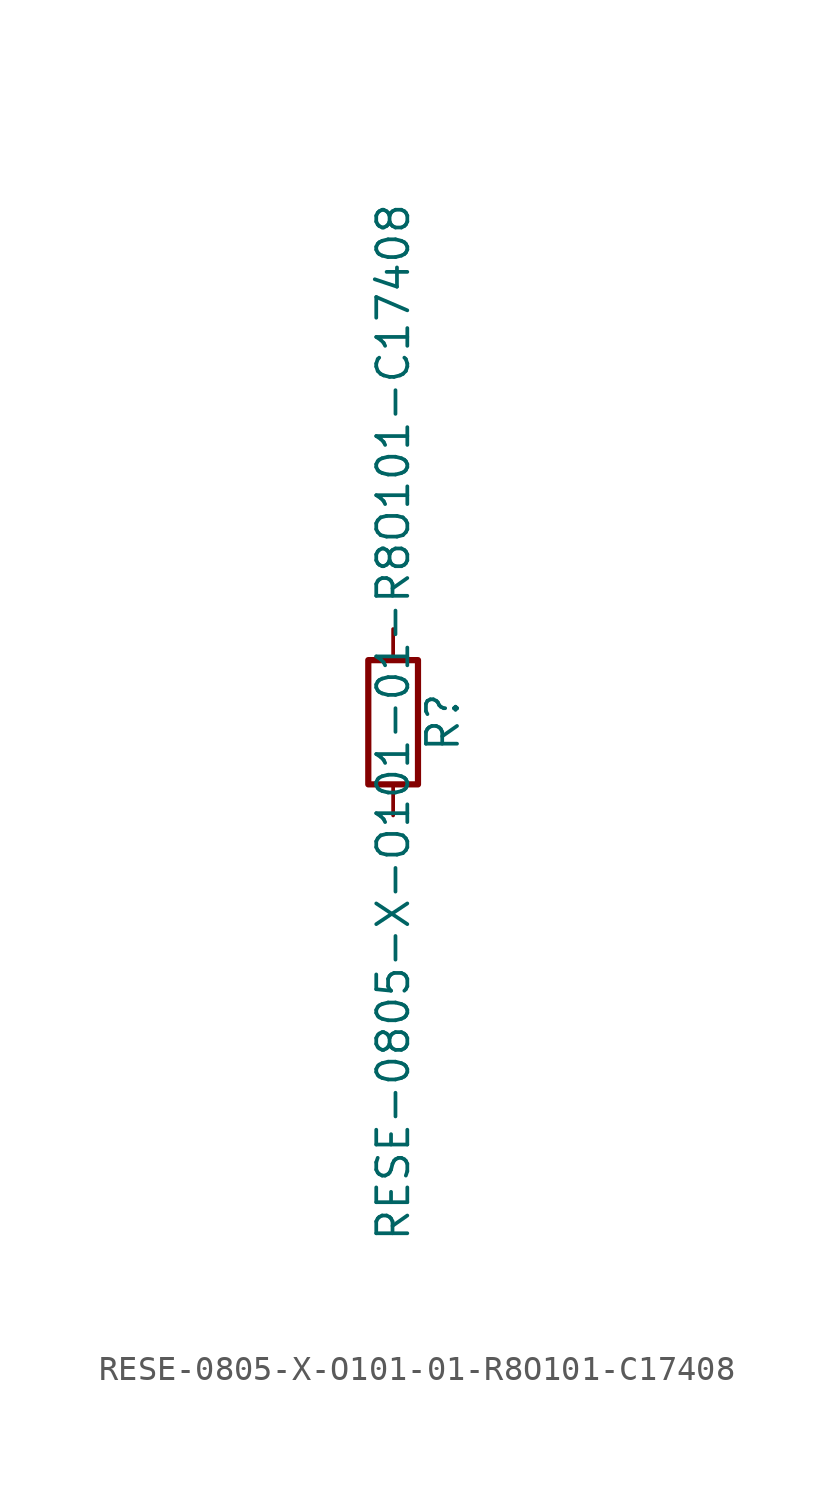
<source format=kicad_sym>
(kicad_symbol_lib
  (version 20211014)
  (generator kicad_symbol_editor)
  (symbol "RESE-0805-X-O101-01-R8O101-C17408"
    (pin_numbers hide)
    (pin_names
      (offset 0))
    (property "Reference" "R"
      (at 2.032 0 90)
      (effects (font (size 1.27 1.27))))
    (property "Value" "RESE-0805-X-O101-01-R8O101-C17408"
      (at 0 0 90)
      (effects (font (size 1.27 1.27))))
    (symbol "RESE-0805-X-O101-01-R8O101-C17408_0_1"
      (rectangle (start -1.016 -2.54) (end 1.016 2.54) (stroke (width 0.254) (type default) (color 0 0 0 0)) (fill (type none))))
    (symbol "RESE-0805-X-O101-01-R8O101-C17408_1_1"
      (pin passive line (at 0 3.81 270) (length 1.27) (name "~" (effects (font (size 1.27 1.27)))) (number "1" (effects (font (size 1.27 1.27)))))
      (pin passive line (at 0 -3.81 90) (length 1.27) (name "~" (effects (font (size 1.27 1.27)))) (number "2" (effects (font (size 1.27 1.27))))))))
</source>
